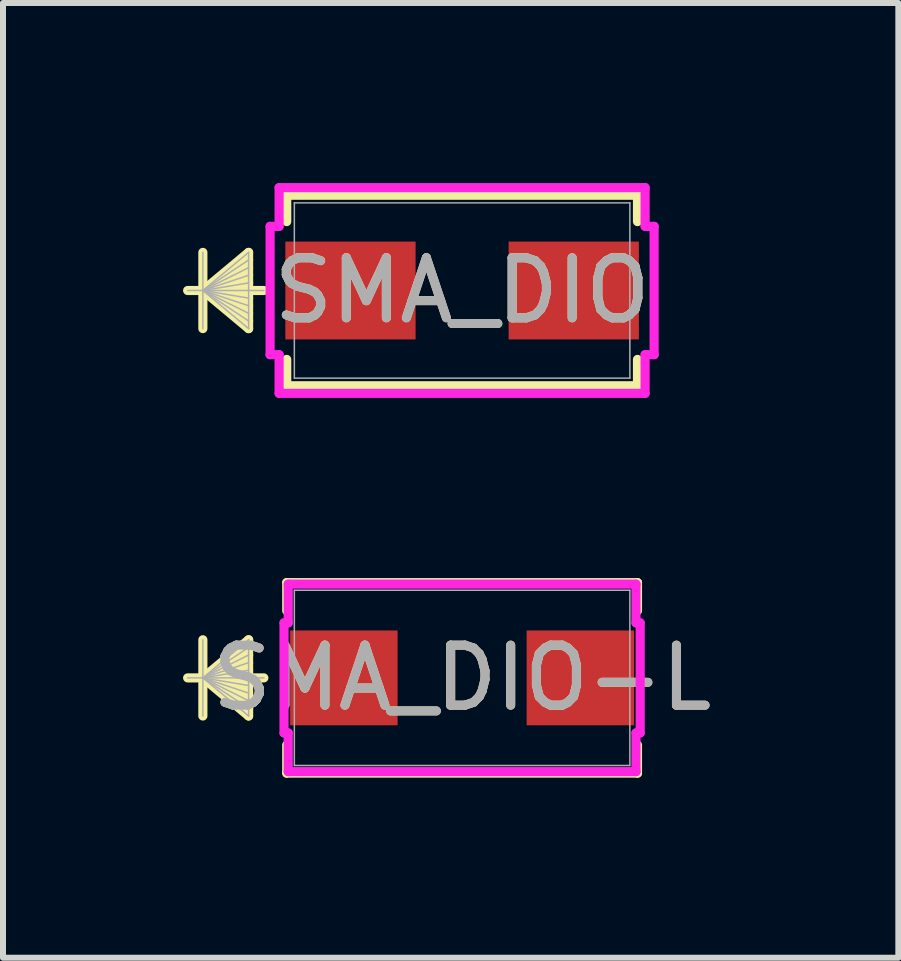
<source format=kicad_pcb>
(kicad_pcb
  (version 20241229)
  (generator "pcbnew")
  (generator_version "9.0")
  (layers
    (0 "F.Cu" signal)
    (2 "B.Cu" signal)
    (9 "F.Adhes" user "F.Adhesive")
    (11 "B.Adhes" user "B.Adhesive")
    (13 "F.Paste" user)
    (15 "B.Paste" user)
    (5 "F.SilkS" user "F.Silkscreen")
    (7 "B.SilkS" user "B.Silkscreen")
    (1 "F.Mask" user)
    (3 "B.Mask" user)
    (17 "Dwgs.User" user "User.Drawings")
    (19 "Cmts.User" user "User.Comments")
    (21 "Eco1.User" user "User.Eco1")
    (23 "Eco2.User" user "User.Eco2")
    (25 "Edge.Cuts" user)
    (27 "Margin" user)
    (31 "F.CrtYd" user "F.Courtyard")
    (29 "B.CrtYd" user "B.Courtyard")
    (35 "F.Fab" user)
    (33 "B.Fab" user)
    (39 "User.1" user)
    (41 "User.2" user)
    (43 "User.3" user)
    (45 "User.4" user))
  (footprint "SMA_DIO-L"
    (layer "F.Cu")
    (at 4.649 8.244)
    (property "Reference" "SMA_DIO-L" (at 0 0 0) (unlocked yes) (layer "F.SilkS") (effects (font (size 1 1) (thickness 0.15))))
    (attr smd)
    (fp_line (start -4.319 -0.635) (end -4.319 0.635) (stroke (width 0.152) (type solid)) (layer "F.SilkS"))
    (fp_line (start -4.319 0) (end -3.557 -0.635) (stroke (width 0.152) (type solid)) (layer "F.SilkS"))
    (fp_line (start -4.319 0) (end -3.557 -0.508) (stroke (width 0.152) (type solid)) (layer "F.SilkS"))
    (fp_line (start -4.319 0) (end -3.557 -0.381) (stroke (width 0.152) (type solid)) (layer "F.SilkS"))
    (fp_line (start -4.319 0) (end -3.557 -0.254) (stroke (width 0.152) (type solid)) (layer "F.SilkS"))
    (fp_line (start -4.319 0) (end -3.557 -0.127) (stroke (width 0.152) (type solid)) (layer "F.SilkS"))
    (fp_line (start -4.319 0) (end -3.557 0.127) (stroke (width 0.152) (type solid)) (layer "F.SilkS"))
    (fp_line (start -4.319 0) (end -3.557 0.254) (stroke (width 0.152) (type solid)) (layer "F.SilkS"))
    (fp_line (start -4.319 0) (end -3.557 0.381) (stroke (width 0.152) (type solid)) (layer "F.SilkS"))
    (fp_line (start -4.319 0) (end -3.557 0.508) (stroke (width 0.152) (type solid)) (layer "F.SilkS"))
    (fp_line (start -4.319 0) (end -3.557 0.635) (stroke (width 0.152) (type solid)) (layer "F.SilkS"))
    (fp_line (start -3.557 -0.635) (end -3.557 0.635) (stroke (width 0.152) (type solid)) (layer "F.SilkS"))
    (fp_line (start -3.303 0) (end -4.573 0) (stroke (width 0.152) (type solid)) (layer "F.SilkS"))
    (fp_line (start -2.922 -1.587) (end -2.922 -1.118) (stroke (width 0.152) (type solid)) (layer "F.SilkS"))
    (fp_line (start -2.922 1.118) (end -2.922 1.587) (stroke (width 0.152) (type solid)) (layer "F.SilkS"))
    (fp_line (start -2.922 1.587) (end 2.922 1.587) (stroke (width 0.152) (type solid)) (layer "F.SilkS"))
    (fp_line (start 2.922 -1.587) (end -2.922 -1.587) (stroke (width 0.152) (type solid)) (layer "F.SilkS"))
    (fp_line (start 2.922 -1.118) (end 2.922 -1.587) (stroke (width 0.152) (type solid)) (layer "F.SilkS"))
    (fp_line (start 2.922 1.587) (end 2.922 1.118) (stroke (width 0.152) (type solid)) (layer "F.SilkS"))
    (fp_line (start -2.967 -0.917) (end -2.897 -0.917) (stroke (width 0.152) (type solid)) (layer "F.CrtYd"))
    (fp_line (start -2.967 0.917) (end -2.967 -0.917) (stroke (width 0.152) (type solid)) (layer "F.CrtYd"))
    (fp_line (start -2.897 -1.562) (end 2.897 -1.562) (stroke (width 0.152) (type solid)) (layer "F.CrtYd"))
    (fp_line (start -2.897 -0.917) (end -2.897 -1.562) (stroke (width 0.152) (type solid)) (layer "F.CrtYd"))
    (fp_line (start -2.897 0.917) (end -2.967 0.917) (stroke (width 0.152) (type solid)) (layer "F.CrtYd"))
    (fp_line (start -2.897 1.562) (end -2.897 0.917) (stroke (width 0.152) (type solid)) (layer "F.CrtYd"))
    (fp_line (start 2.897 -1.562) (end 2.897 -0.917) (stroke (width 0.152) (type solid)) (layer "F.CrtYd"))
    (fp_line (start 2.897 -0.917) (end 2.967 -0.917) (stroke (width 0.152) (type solid)) (layer "F.CrtYd"))
    (fp_line (start 2.897 0.917) (end 2.897 1.562) (stroke (width 0.152) (type solid)) (layer "F.CrtYd"))
    (fp_line (start 2.897 1.562) (end -2.897 1.562) (stroke (width 0.152) (type solid)) (layer "F.CrtYd"))
    (fp_line (start 2.967 -0.917) (end 2.967 0.917) (stroke (width 0.152) (type solid)) (layer "F.CrtYd"))
    (fp_line (start 2.967 0.917) (end 2.897 0.917) (stroke (width 0.152) (type solid)) (layer "F.CrtYd"))
    (fp_line (start -4.319 -0.635) (end -4.319 0.635) (stroke (width 0.025) (type solid)) (layer "F.Fab"))
    (fp_line (start -4.319 0) (end -3.557 -0.635) (stroke (width 0.025) (type solid)) (layer "F.Fab"))
    (fp_line (start -4.319 0) (end -3.557 -0.508) (stroke (width 0.025) (type solid)) (layer "F.Fab"))
    (fp_line (start -4.319 0) (end -3.557 -0.381) (stroke (width 0.025) (type solid)) (layer "F.Fab"))
    (fp_line (start -4.319 0) (end -3.557 -0.254) (stroke (width 0.025) (type solid)) (layer "F.Fab"))
    (fp_line (start -4.319 0) (end -3.557 -0.127) (stroke (width 0.025) (type solid)) (layer "F.Fab"))
    (fp_line (start -4.319 0) (end -3.557 0.127) (stroke (width 0.025) (type solid)) (layer "F.Fab"))
    (fp_line (start -4.319 0) (end -3.557 0.254) (stroke (width 0.025) (type solid)) (layer "F.Fab"))
    (fp_line (start -4.319 0) (end -3.557 0.381) (stroke (width 0.025) (type solid)) (layer "F.Fab"))
    (fp_line (start -4.319 0) (end -3.557 0.508) (stroke (width 0.025) (type solid)) (layer "F.Fab"))
    (fp_line (start -4.319 0) (end -3.557 0.635) (stroke (width 0.025) (type solid)) (layer "F.Fab"))
    (fp_line (start -3.557 -0.635) (end -3.557 0.635) (stroke (width 0.025) (type solid)) (layer "F.Fab"))
    (fp_line (start -3.303 0) (end -4.573 0) (stroke (width 0.025) (type solid)) (layer "F.Fab"))
    (fp_line (start -2.795 -1.46) (end -2.795 1.46) (stroke (width 0.025) (type solid)) (layer "F.Fab"))
    (fp_line (start -2.795 1.46) (end 2.795 1.46) (stroke (width 0.025) (type solid)) (layer "F.Fab"))
    (fp_line (start 2.795 -1.46) (end -2.795 -1.46) (stroke (width 0.025) (type solid)) (layer "F.Fab"))
    (fp_line (start 2.795 1.46) (end 2.795 -1.46) (stroke (width 0.025) (type solid)) (layer "F.Fab"))
    (fp_text user "${REFERENCE}" (at 0 0 0) (unlocked yes) (layer "F.Fab") (effects (font (size 1 1) (thickness 0.15))))
    (pad "1" smd rect (at -1.97 0 90) (size 1.58 1.79) (layers "F.Cu" "F.Mask" "F.Paste"))
    (pad "2" smd rect (at 1.97 0 90) (size 1.58 1.79) (layers "F.Cu" "F.Mask" "F.Paste"))
    (zone (net_name "") (layer "F.Cu") (hatch full 0.508) (connect_pads) (min_thickness 0.254) (filled_areas_thickness no) (keepout (tracks not_allowed) (vias not_allowed) (pads allowed) (copperpour not_allowed) (footprints allowed)) (placement (enabled no)) (fill) (polygon (pts (xy 1.905 6.834) (xy 7.393 6.834) (xy 7.393 7.378) (xy 1.905 7.378))))
    (zone (net_name "") (layer "F.Cu") (hatch full 0.508) (connect_pads) (min_thickness 0.254) (filled_areas_thickness no) (keepout (tracks not_allowed) (vias not_allowed) (pads allowed) (copperpour not_allowed) (footprints allowed)) (placement (enabled no)) (fill) (polygon (pts (xy 1.905 9.109) (xy 7.393 9.109) (xy 7.393 9.653) (xy 1.905 9.653))))
    (zone (net_name "") (layer "F.Cu") (hatch full 0.508) (connect_pads) (min_thickness 0.254) (filled_areas_thickness no) (keepout (tracks not_allowed) (vias not_allowed) (pads allowed) (copperpour not_allowed) (footprints allowed)) (placement (enabled no)) (fill) (polygon (pts (xy 3.625 7.378) (xy 5.673 7.378) (xy 5.673 9.109) (xy 3.625 9.109)))))
  (footprint "SMA_DIO"
    (layer "F.Cu")
    (at 4.649 1.79)
    (property "Reference" "SMA_DIO" (at 0 0 0) (unlocked yes) (layer "F.SilkS") (effects (font (size 1 1) (thickness 0.15))))
    (attr smd)
    (fp_line (start -4.319 -0.635) (end -4.319 0.635) (stroke (width 0.152) (type solid)) (layer "F.SilkS"))
    (fp_line (start -4.319 0) (end -3.557 -0.635) (stroke (width 0.152) (type solid)) (layer "F.SilkS"))
    (fp_line (start -4.319 0) (end -3.557 -0.508) (stroke (width 0.152) (type solid)) (layer "F.SilkS"))
    (fp_line (start -4.319 0) (end -3.557 -0.381) (stroke (width 0.152) (type solid)) (layer "F.SilkS"))
    (fp_line (start -4.319 0) (end -3.557 -0.254) (stroke (width 0.152) (type solid)) (layer "F.SilkS"))
    (fp_line (start -4.319 0) (end -3.557 -0.127) (stroke (width 0.152) (type solid)) (layer "F.SilkS"))
    (fp_line (start -4.319 0) (end -3.557 0.127) (stroke (width 0.152) (type solid)) (layer "F.SilkS"))
    (fp_line (start -4.319 0) (end -3.557 0.254) (stroke (width 0.152) (type solid)) (layer "F.SilkS"))
    (fp_line (start -4.319 0) (end -3.557 0.381) (stroke (width 0.152) (type solid)) (layer "F.SilkS"))
    (fp_line (start -4.319 0) (end -3.557 0.508) (stroke (width 0.152) (type solid)) (layer "F.SilkS"))
    (fp_line (start -4.319 0) (end -3.557 0.635) (stroke (width 0.152) (type solid)) (layer "F.SilkS"))
    (fp_line (start -3.557 -0.635) (end -3.557 0.635) (stroke (width 0.152) (type solid)) (layer "F.SilkS"))
    (fp_line (start -3.303 0) (end -4.573 0) (stroke (width 0.152) (type solid)) (layer "F.SilkS"))
    (fp_line (start -2.922 -1.587) (end -2.922 -1.148) (stroke (width 0.152) (type solid)) (layer "F.SilkS"))
    (fp_line (start -2.922 1.148) (end -2.922 1.587) (stroke (width 0.152) (type solid)) (layer "F.SilkS"))
    (fp_line (start -2.922 1.587) (end 2.922 1.587) (stroke (width 0.152) (type solid)) (layer "F.SilkS"))
    (fp_line (start 2.922 -1.587) (end -2.922 -1.587) (stroke (width 0.152) (type solid)) (layer "F.SilkS"))
    (fp_line (start 2.922 -1.148) (end 2.922 -1.587) (stroke (width 0.152) (type solid)) (layer "F.SilkS"))
    (fp_line (start 2.922 1.587) (end 2.922 1.148) (stroke (width 0.152) (type solid)) (layer "F.SilkS"))
    (fp_line (start -3.199 -1.069) (end -3.049 -1.069) (stroke (width 0.152) (type solid)) (layer "F.CrtYd"))
    (fp_line (start -3.199 1.069) (end -3.199 -1.069) (stroke (width 0.152) (type solid)) (layer "F.CrtYd"))
    (fp_line (start -3.049 -1.714) (end 3.049 -1.714) (stroke (width 0.152) (type solid)) (layer "F.CrtYd"))
    (fp_line (start -3.049 -1.069) (end -3.049 -1.714) (stroke (width 0.152) (type solid)) (layer "F.CrtYd"))
    (fp_line (start -3.049 1.069) (end -3.199 1.069) (stroke (width 0.152) (type solid)) (layer "F.CrtYd"))
    (fp_line (start -3.049 1.714) (end -3.049 1.069) (stroke (width 0.152) (type solid)) (layer "F.CrtYd"))
    (fp_line (start 3.049 -1.714) (end 3.049 -1.069) (stroke (width 0.152) (type solid)) (layer "F.CrtYd"))
    (fp_line (start 3.049 -1.069) (end 3.199 -1.069) (stroke (width 0.152) (type solid)) (layer "F.CrtYd"))
    (fp_line (start 3.049 1.069) (end 3.049 1.714) (stroke (width 0.152) (type solid)) (layer "F.CrtYd"))
    (fp_line (start 3.049 1.714) (end -3.049 1.714) (stroke (width 0.152) (type solid)) (layer "F.CrtYd"))
    (fp_line (start 3.199 -1.069) (end 3.199 1.069) (stroke (width 0.152) (type solid)) (layer "F.CrtYd"))
    (fp_line (start 3.199 1.069) (end 3.049 1.069) (stroke (width 0.152) (type solid)) (layer "F.CrtYd"))
    (fp_line (start -4.319 -0.635) (end -4.319 0.635) (stroke (width 0.025) (type solid)) (layer "F.Fab"))
    (fp_line (start -4.319 0) (end -3.557 -0.635) (stroke (width 0.025) (type solid)) (layer "F.Fab"))
    (fp_line (start -4.319 0) (end -3.557 -0.508) (stroke (width 0.025) (type solid)) (layer "F.Fab"))
    (fp_line (start -4.319 0) (end -3.557 -0.381) (stroke (width 0.025) (type solid)) (layer "F.Fab"))
    (fp_line (start -4.319 0) (end -3.557 -0.254) (stroke (width 0.025) (type solid)) (layer "F.Fab"))
    (fp_line (start -4.319 0) (end -3.557 -0.127) (stroke (width 0.025) (type solid)) (layer "F.Fab"))
    (fp_line (start -4.319 0) (end -3.557 0.127) (stroke (width 0.025) (type solid)) (layer "F.Fab"))
    (fp_line (start -4.319 0) (end -3.557 0.254) (stroke (width 0.025) (type solid)) (layer "F.Fab"))
    (fp_line (start -4.319 0) (end -3.557 0.381) (stroke (width 0.025) (type solid)) (layer "F.Fab"))
    (fp_line (start -4.319 0) (end -3.557 0.508) (stroke (width 0.025) (type solid)) (layer "F.Fab"))
    (fp_line (start -4.319 0) (end -3.557 0.635) (stroke (width 0.025) (type solid)) (layer "F.Fab"))
    (fp_line (start -3.557 -0.635) (end -3.557 0.635) (stroke (width 0.025) (type solid)) (layer "F.Fab"))
    (fp_line (start -3.303 0) (end -4.573 0) (stroke (width 0.025) (type solid)) (layer "F.Fab"))
    (fp_line (start -2.795 -1.46) (end -2.795 1.46) (stroke (width 0.025) (type solid)) (layer "F.Fab"))
    (fp_line (start -2.795 1.46) (end 2.795 1.46) (stroke (width 0.025) (type solid)) (layer "F.Fab"))
    (fp_line (start 2.795 -1.46) (end -2.795 -1.46) (stroke (width 0.025) (type solid)) (layer "F.Fab"))
    (fp_line (start 2.795 1.46) (end 2.795 -1.46) (stroke (width 0.025) (type solid)) (layer "F.Fab"))
    (fp_text user "${REFERENCE}" (at 0 0 0) (unlocked yes) (layer "F.Fab") (effects (font (size 1 1) (thickness 0.15))))
    (pad "1" smd rect (at -1.86 0 90) (size 1.63 2.17) (layers "F.Cu" "F.Mask" "F.Paste"))
    (pad "2" smd rect (at 1.86 0 90) (size 1.63 2.17) (layers "F.Cu" "F.Mask" "F.Paste"))
    (zone (net_name "") (layer "F.Cu") (hatch full 0.508) (connect_pads) (min_thickness 0.254) (filled_areas_thickness no) (keepout (tracks not_allowed) (vias not_allowed) (pads allowed) (copperpour not_allowed) (footprints allowed)) (placement (enabled no)) (fill) (polygon (pts (xy 1.905 0.381) (xy 7.393 0.381) (xy 7.393 0.924) (xy 1.905 0.924))))
    (zone (net_name "") (layer "F.Cu") (hatch full 0.508) (connect_pads) (min_thickness 0.254) (filled_areas_thickness no) (keepout (tracks not_allowed) (vias not_allowed) (pads allowed) (copperpour not_allowed) (footprints allowed)) (placement (enabled no)) (fill) (polygon (pts (xy 1.905 2.656) (xy 7.393 2.656) (xy 7.393 3.199) (xy 1.905 3.199))))
    (zone (net_name "") (layer "F.Cu") (hatch full 0.508) (connect_pads) (min_thickness 0.254) (filled_areas_thickness no) (keepout (tracks not_allowed) (vias not_allowed) (pads allowed) (copperpour not_allowed) (footprints allowed)) (placement (enabled no)) (fill) (polygon (pts (xy 3.925 0.924) (xy 5.373 0.924) (xy 5.373 2.656) (xy 3.925 2.656)))))
  (gr_rect
    (start -3 -3)
    (end 11.917 12.907)
    (stroke (width 0.1) (type default))
    (fill no)
    (layer "Edge.Cuts")))
</source>
